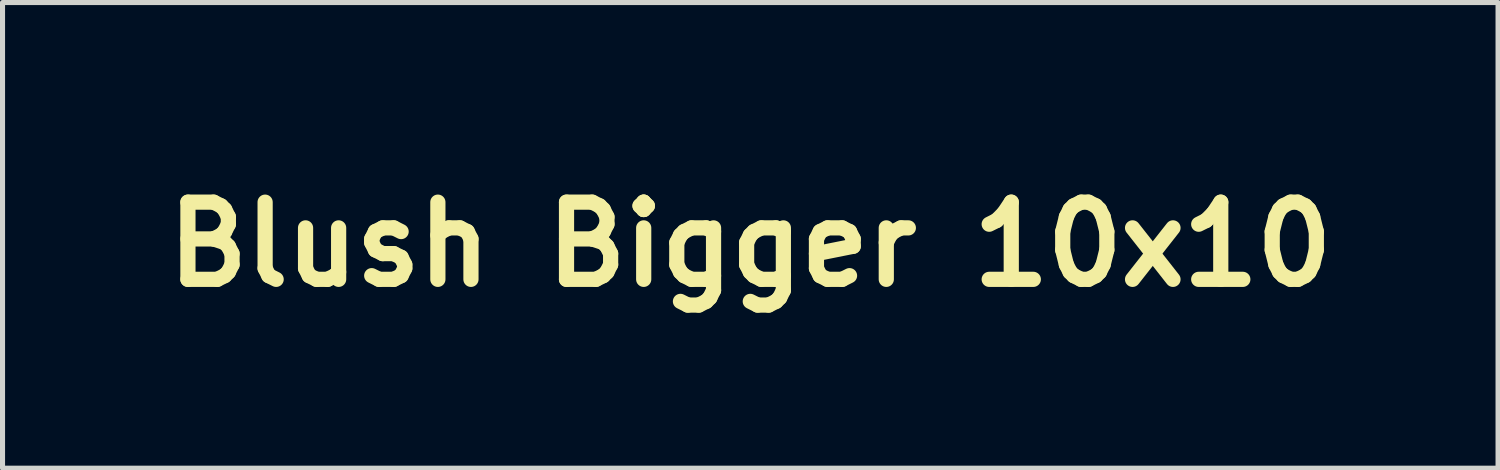
<source format=kicad_pcb>
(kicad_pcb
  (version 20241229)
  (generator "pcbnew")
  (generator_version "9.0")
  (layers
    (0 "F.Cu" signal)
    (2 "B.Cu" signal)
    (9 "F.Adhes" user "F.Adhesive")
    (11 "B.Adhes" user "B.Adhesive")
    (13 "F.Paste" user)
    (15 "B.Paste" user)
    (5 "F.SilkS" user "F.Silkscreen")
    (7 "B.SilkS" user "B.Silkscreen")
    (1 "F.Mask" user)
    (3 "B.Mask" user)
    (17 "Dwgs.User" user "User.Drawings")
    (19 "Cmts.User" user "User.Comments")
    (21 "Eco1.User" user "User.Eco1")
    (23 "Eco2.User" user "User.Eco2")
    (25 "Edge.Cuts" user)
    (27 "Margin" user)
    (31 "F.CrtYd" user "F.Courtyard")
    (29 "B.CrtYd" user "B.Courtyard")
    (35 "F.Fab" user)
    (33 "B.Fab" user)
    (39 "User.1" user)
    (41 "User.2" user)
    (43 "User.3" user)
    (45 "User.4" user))
  (footprint "Blush Bigger 10x10"
    (layer "F.Cu")
    (at 11.764 1.776)
    (property "Reference" "Blush Bigger 10x10" (at 0 0 0) (layer "F.SilkS") (effects (font (size 1.524 1.524) (thickness 0.3))))
    (attr board_only exclude_from_pos_files exclude_from_bom)
    (fp_poly (pts (xy 3.192 -0.598) (xy 3.218 -0.592) (xy 3.243 -0.58) (xy 3.265 -0.564) (xy 3.284 -0.544) (xy 3.298 -0.52) (xy 3.308 -0.492) (xy 3.31 -0.482) (xy 3.312 -0.454) (xy 3.307 -0.426) (xy 3.297 -0.399) (xy 3.282 -0.375) (xy 3.271 -0.363) (xy 3.267 -0.36) (xy 3.259 -0.353) (xy 3.245 -0.342) (xy 3.228 -0.328) (xy 3.206 -0.31) (xy 3.181 -0.29) (xy 3.153 -0.267) (xy 3.121 -0.242) (xy 3.087 -0.214) (xy 3.05 -0.185) (xy 3.011 -0.153) (xy 2.97 -0.12) (xy 2.927 -0.086) (xy 2.884 -0.051) (xy 2.839 -0.016) (xy 2.794 0.021) (xy 2.748 0.057) (xy 2.702 0.094) (xy 2.657 0.13) (xy 2.612 0.166) (xy 2.568 0.201) (xy 2.525 0.235) (xy 2.484 0.268) (xy 2.445 0.3) (xy 2.407 0.329) (xy 2.372 0.357) (xy 2.34 0.383) (xy 2.311 0.406) (xy 2.285 0.427) (xy 2.263 0.445) (xy 2.244 0.459) (xy 2.23 0.47) (xy 2.221 0.478) (xy 2.217 0.481) (xy 2.197 0.492) (xy 2.174 0.5) (xy 2.149 0.505) (xy 2.124 0.506) (xy 2.108 0.503) (xy 2.085 0.496) (xy 2.062 0.483) (xy 2.041 0.467) (xy 2.04 0.466) (xy 2.022 0.443) (xy 2.009 0.418) (xy 2.001 0.391) (xy 1.999 0.363) (xy 2.003 0.336) (xy 2.012 0.309) (xy 2.026 0.285) (xy 2.034 0.275) (xy 2.039 0.271) (xy 2.048 0.263) (xy 2.062 0.252) (xy 2.08 0.237) (xy 2.102 0.219) (xy 2.128 0.198) (xy 2.157 0.175) (xy 2.189 0.149) (xy 2.224 0.12) (xy 2.262 0.09) (xy 2.301 0.058) (xy 2.343 0.025) (xy 2.386 -0.009) (xy 2.43 -0.045) (xy 2.475 -0.081) (xy 2.521 -0.118) (xy 2.568 -0.155) (xy 2.614 -0.191) (xy 2.66 -0.228) (xy 2.705 -0.264) (xy 2.75 -0.3) (xy 2.793 -0.334) (xy 2.835 -0.367) (xy 2.875 -0.399) (xy 2.913 -0.429) (xy 2.948 -0.457) (xy 2.981 -0.483) (xy 3.011 -0.507) (xy 3.038 -0.527) (xy 3.06 -0.545) (xy 3.079 -0.56) (xy 3.094 -0.571) (xy 3.104 -0.579) (xy 3.11 -0.583) (xy 3.11 -0.583) (xy 3.137 -0.594) (xy 3.165 -0.599)) (stroke (width 0) (type solid)) (fill yes) (layer "F.Mask"))
    (fp_poly (pts (xy -1.411 -1.618) (xy -1.383 -1.612) (xy -1.358 -1.599) (xy -1.335 -1.58) (xy -1.332 -1.577) (xy -1.314 -1.553) (xy -1.301 -1.526) (xy -1.295 -1.498) (xy -1.295 -1.469) (xy -1.3 -1.441) (xy -1.303 -1.434) (xy -1.305 -1.43) (xy -1.31 -1.42) (xy -1.319 -1.405) (xy -1.331 -1.385) (xy -1.345 -1.36) (xy -1.362 -1.331) (xy -1.381 -1.297) (xy -1.403 -1.259) (xy -1.427 -1.218) (xy -1.453 -1.173) (xy -1.481 -1.125) (xy -1.511 -1.074) (xy -1.543 -1.02) (xy -1.576 -0.964) (xy -1.61 -0.906) (xy -1.645 -0.845) (xy -1.682 -0.783) (xy -1.719 -0.719) (xy -1.734 -0.695) (xy -1.782 -0.613) (xy -1.827 -0.537) (xy -1.868 -0.466) (xy -1.907 -0.4) (xy -1.943 -0.34) (xy -1.975 -0.285) (xy -2.005 -0.234) (xy -2.032 -0.188) (xy -2.057 -0.147) (xy -2.079 -0.11) (xy -2.098 -0.078) (xy -2.115 -0.05) (xy -2.13 -0.025) (xy -2.143 -0.005) (xy -2.153 0.012) (xy -2.161 0.026) (xy -2.168 0.036) (xy -2.173 0.043) (xy -2.176 0.046) (xy -2.176 0.046) (xy -2.198 0.067) (xy -2.224 0.081) (xy -2.252 0.089) (xy -2.282 0.091) (xy -2.3 0.09) (xy -2.326 0.082) (xy -2.351 0.069) (xy -2.374 0.05) (xy -2.392 0.028) (xy -2.402 0.011) (xy -2.409 -0.008) (xy -2.413 -0.031) (xy -2.413 -0.054) (xy -2.411 -0.077) (xy -2.409 -0.087) (xy -2.406 -0.092) (xy -2.401 -0.102) (xy -2.391 -0.119) (xy -2.379 -0.141) (xy -2.363 -0.168) (xy -2.344 -0.201) (xy -2.322 -0.24) (xy -2.297 -0.284) (xy -2.268 -0.333) (xy -2.236 -0.388) (xy -2.201 -0.448) (xy -2.163 -0.513) (xy -2.122 -0.583) (xy -2.077 -0.659) (xy -2.03 -0.739) (xy -1.98 -0.825) (xy -1.974 -0.834) (xy -1.927 -0.915) (xy -1.883 -0.99) (xy -1.842 -1.06) (xy -1.804 -1.124) (xy -1.769 -1.183) (xy -1.736 -1.238) (xy -1.707 -1.287) (xy -1.68 -1.332) (xy -1.656 -1.373) (xy -1.634 -1.41) (xy -1.615 -1.442) (xy -1.598 -1.471) (xy -1.583 -1.495) (xy -1.57 -1.517) (xy -1.559 -1.535) (xy -1.55 -1.549) (xy -1.542 -1.561) (xy -1.536 -1.57) (xy -1.532 -1.576) (xy -1.529 -1.58) (xy -1.529 -1.58) (xy -1.506 -1.599) (xy -1.48 -1.611) (xy -1.452 -1.618) (xy -1.442 -1.619)) (stroke (width 0) (type solid)) (fill yes) (layer "F.Mask"))
    (fp_poly (pts (xy -0.11 -1.717) (xy -0.092 -1.715) (xy -0.076 -1.709) (xy -0.06 -1.701) (xy -0.053 -1.696) (xy -0.029 -1.676) (xy -0.011 -1.654) (xy 0.001 -1.629) (xy 0.007 -1.6) (xy 0.008 -1.582) (xy 0.006 -1.554) (xy -0.000174 -1.531) (xy -0.011 -1.509) (xy -0.02 -1.497) (xy -0.023 -1.494) (xy -0.032 -1.486) (xy -0.045 -1.475) (xy -0.062 -1.459) (xy -0.084 -1.44) (xy -0.11 -1.418) (xy -0.139 -1.392) (xy -0.172 -1.363) (xy -0.208 -1.332) (xy -0.248 -1.297) (xy -0.29 -1.261) (xy -0.335 -1.222) (xy -0.383 -1.181) (xy -0.432 -1.138) (xy -0.484 -1.093) (xy -0.538 -1.047) (xy -0.593 -0.999) (xy -0.65 -0.95) (xy -0.691 -0.915) (xy -0.762 -0.854) (xy -0.828 -0.797) (xy -0.889 -0.744) (xy -0.946 -0.696) (xy -0.998 -0.651) (xy -1.047 -0.609) (xy -1.091 -0.572) (xy -1.131 -0.537) (xy -1.167 -0.506) (xy -1.2 -0.478) (xy -1.23 -0.453) (xy -1.256 -0.431) (xy -1.279 -0.412) (xy -1.299 -0.395) (xy -1.316 -0.38) (xy -1.331 -0.368) (xy -1.343 -0.358) (xy -1.353 -0.351) (xy -1.361 -0.344) (xy -1.367 -0.34) (xy -1.371 -0.338) (xy -1.372 -0.337) (xy -1.384 -0.331) (xy -1.393 -0.328) (xy -1.404 -0.326) (xy -1.418 -0.325) (xy -1.426 -0.324) (xy -1.444 -0.324) (xy -1.457 -0.325) (xy -1.469 -0.327) (xy -1.476 -0.329) (xy -1.503 -0.342) (xy -1.525 -0.36) (xy -1.544 -0.381) (xy -1.558 -0.404) (xy -1.566 -0.43) (xy -1.57 -0.457) (xy -1.568 -0.485) (xy -1.56 -0.512) (xy -1.548 -0.535) (xy -1.539 -0.547) (xy -1.528 -0.56) (xy -1.523 -0.565) (xy -1.518 -0.57) (xy -1.509 -0.578) (xy -1.495 -0.59) (xy -1.477 -0.606) (xy -1.454 -0.625) (xy -1.429 -0.647) (xy -1.399 -0.672) (xy -1.367 -0.7) (xy -1.332 -0.731) (xy -1.294 -0.764) (xy -1.253 -0.798) (xy -1.211 -0.835) (xy -1.167 -0.873) (xy -1.121 -0.913) (xy -1.073 -0.953) (xy -1.025 -0.995) (xy -0.975 -1.037) (xy -0.926 -1.08) (xy -0.875 -1.123) (xy -0.825 -1.166) (xy -0.775 -1.209) (xy -0.726 -1.252) (xy -0.677 -1.294) (xy -0.629 -1.335) (xy -0.582 -1.375) (xy -0.537 -1.413) (xy -0.494 -1.451) (xy -0.452 -1.486) (xy -0.413 -1.52) (xy -0.377 -1.551) (xy -0.343 -1.58) (xy -0.312 -1.606) (xy -0.285 -1.629) (xy -0.261 -1.65) (xy -0.241 -1.667) (xy -0.225 -1.68) (xy -0.213 -1.69) (xy -0.206 -1.696) (xy -0.204 -1.697) (xy -0.187 -1.707) (xy -0.17 -1.714) (xy -0.151 -1.717) (xy -0.132 -1.718)) (stroke (width 0) (type solid)) (fill yes) (layer "F.Mask"))
    (fp_poly (pts (xy 2.92 -1.158) (xy 2.947 -1.15) (xy 2.971 -1.138) (xy 2.992 -1.122) (xy 3.01 -1.101) (xy 3.024 -1.076) (xy 3.033 -1.048) (xy 3.034 -1.042) (xy 3.036 -1.015) (xy 3.031 -0.987) (xy 3.021 -0.961) (xy 3.007 -0.937) (xy 2.994 -0.923) (xy 2.991 -0.919) (xy 2.982 -0.912) (xy 2.969 -0.901) (xy 2.951 -0.885) (xy 2.929 -0.866) (xy 2.902 -0.844) (xy 2.872 -0.818) (xy 2.838 -0.789) (xy 2.8 -0.757) (xy 2.759 -0.722) (xy 2.715 -0.684) (xy 2.667 -0.644) (xy 2.617 -0.601) (xy 2.564 -0.556) (xy 2.509 -0.509) (xy 2.451 -0.46) (xy 2.392 -0.41) (xy 2.33 -0.357) (xy 2.267 -0.304) (xy 2.202 -0.249) (xy 2.136 -0.192) (xy 2.092 -0.155) (xy 2.009 -0.085) (xy 1.93 -0.018) (xy 1.857 0.044) (xy 1.788 0.102) (xy 1.724 0.157) (xy 1.664 0.207) (xy 1.609 0.254) (xy 1.557 0.298) (xy 1.51 0.338) (xy 1.466 0.375) (xy 1.426 0.408) (xy 1.39 0.439) (xy 1.357 0.466) (xy 1.328 0.491) (xy 1.301 0.513) (xy 1.278 0.532) (xy 1.258 0.549) (xy 1.24 0.564) (xy 1.225 0.576) (xy 1.213 0.586) (xy 1.202 0.594) (xy 1.195 0.6) (xy 1.189 0.604) (xy 1.185 0.607) (xy 1.184 0.608) (xy 1.172 0.613) (xy 1.163 0.616) (xy 1.152 0.618) (xy 1.138 0.619) (xy 1.13 0.619) (xy 1.112 0.619) (xy 1.098 0.618) (xy 1.087 0.615) (xy 1.081 0.614) (xy 1.053 0.6) (xy 1.03 0.582) (xy 1.011 0.559) (xy 0.997 0.532) (xy 0.989 0.504) (xy 0.988 0.475) (xy 0.992 0.447) (xy 1.002 0.42) (xy 1.017 0.396) (xy 1.022 0.391) (xy 1.026 0.388) (xy 1.034 0.38) (xy 1.047 0.369) (xy 1.065 0.354) (xy 1.087 0.335) (xy 1.113 0.312) (xy 1.143 0.287) (xy 1.177 0.258) (xy 1.214 0.226) (xy 1.255 0.191) (xy 1.299 0.153) (xy 1.347 0.113) (xy 1.397 0.07) (xy 1.449 0.026) (xy 1.505 -0.021) (xy 1.562 -0.07) (xy 1.622 -0.121) (xy 1.683 -0.173) (xy 1.747 -0.227) (xy 1.811 -0.282) (xy 1.878 -0.338) (xy 1.925 -0.378) (xy 2.007 -0.448) (xy 2.084 -0.514) (xy 2.157 -0.575) (xy 2.225 -0.633) (xy 2.288 -0.686) (xy 2.347 -0.736) (xy 2.402 -0.783) (xy 2.453 -0.825) (xy 2.499 -0.865) (xy 2.542 -0.901) (xy 2.582 -0.935) (xy 2.618 -0.965) (xy 2.65 -0.992) (xy 2.68 -1.017) (xy 2.706 -1.039) (xy 2.73 -1.059) (xy 2.751 -1.076) (xy 2.769 -1.091) (xy 2.785 -1.104) (xy 2.798 -1.115) (xy 2.809 -1.124) (xy 2.819 -1.131) (xy 2.826 -1.137) (xy 2.832 -1.141) (xy 2.836 -1.144) (xy 2.838 -1.145) (xy 2.866 -1.155) (xy 2.893 -1.159)) (stroke (width 0) (type solid)) (fill yes) (layer "F.Mask"))
    (fp_poly (pts (xy 1.845 -1.598) (xy 1.872 -1.588) (xy 1.879 -1.584) (xy 1.894 -1.573) (xy 1.91 -1.558) (xy 1.924 -1.541) (xy 1.934 -1.524) (xy 1.937 -1.518) (xy 1.941 -1.506) (xy 1.943 -1.495) (xy 1.945 -1.481) (xy 1.945 -1.465) (xy 1.945 -1.449) (xy 1.944 -1.438) (xy 1.942 -1.429) (xy 1.939 -1.42) (xy 1.934 -1.409) (xy 1.933 -1.406) (xy 1.922 -1.388) (xy 1.91 -1.372) (xy 1.904 -1.366) (xy 1.9 -1.363) (xy 1.891 -1.356) (xy 1.877 -1.346) (xy 1.858 -1.332) (xy 1.834 -1.315) (xy 1.806 -1.295) (xy 1.774 -1.273) (xy 1.738 -1.247) (xy 1.698 -1.219) (xy 1.655 -1.188) (xy 1.608 -1.155) (xy 1.559 -1.121) (xy 1.506 -1.084) (xy 1.451 -1.045) (xy 1.394 -1.005) (xy 1.335 -0.963) (xy 1.273 -0.92) (xy 1.21 -0.875) (xy 1.146 -0.83) (xy 1.08 -0.784) (xy 1.013 -0.737) (xy 0.946 -0.689) (xy 0.878 -0.642) (xy 0.809 -0.593) (xy 0.741 -0.545) (xy 0.672 -0.497) (xy 0.604 -0.449) (xy 0.536 -0.402) (xy 0.469 -0.355) (xy 0.403 -0.308) (xy 0.338 -0.263) (xy 0.275 -0.218) (xy 0.213 -0.175) (xy 0.153 -0.133) (xy 0.095 -0.093) (xy 0.039 -0.054) (xy -0.014 -0.017) (xy -0.064 0.018) (xy -0.112 0.051) (xy -0.156 0.082) (xy -0.197 0.111) (xy -0.234 0.137) (xy -0.267 0.16) (xy -0.296 0.18) (xy -0.321 0.197) (xy -0.342 0.211) (xy -0.357 0.222) (xy -0.368 0.229) (xy -0.374 0.233) (xy -0.374 0.233) (xy -0.387 0.239) (xy -0.398 0.243) (xy -0.409 0.245) (xy -0.425 0.246) (xy -0.426 0.246) (xy -0.445 0.246) (xy -0.46 0.244) (xy -0.474 0.24) (xy -0.475 0.24) (xy -0.503 0.228) (xy -0.526 0.21) (xy -0.545 0.189) (xy -0.559 0.163) (xy -0.567 0.135) (xy -0.569 0.117) (xy -0.568 0.087) (xy -0.562 0.06) (xy -0.55 0.036) (xy -0.532 0.013) (xy -0.529 0.011) (xy -0.526 0.008) (xy -0.517 0.002) (xy -0.504 -0.008) (xy -0.485 -0.021) (xy -0.462 -0.037) (xy -0.435 -0.057) (xy -0.404 -0.079) (xy -0.368 -0.104) (xy -0.329 -0.132) (xy -0.286 -0.162) (xy -0.241 -0.194) (xy -0.192 -0.229) (xy -0.14 -0.265) (xy -0.086 -0.303) (xy -0.029 -0.343) (xy 0.03 -0.385) (xy 0.09 -0.427) (xy 0.153 -0.471) (xy 0.217 -0.516) (xy 0.282 -0.562) (xy 0.348 -0.609) (xy 0.415 -0.656) (xy 0.483 -0.704) (xy 0.551 -0.752) (xy 0.619 -0.8) (xy 0.687 -0.848) (xy 0.755 -0.895) (xy 0.823 -0.943) (xy 0.889 -0.99) (xy 0.955 -1.036) (xy 1.02 -1.081) (xy 1.083 -1.126) (xy 1.144 -1.169) (xy 1.204 -1.211) (xy 1.262 -1.252) (xy 1.317 -1.291) (xy 1.371 -1.328) (xy 1.421 -1.363) (xy 1.468 -1.397) (xy 1.513 -1.428) (xy 1.553 -1.456) (xy 1.591 -1.482) (xy 1.624 -1.506) (xy 1.654 -1.527) (xy 1.679 -1.544) (xy 1.7 -1.559) (xy 1.716 -1.57) (xy 1.727 -1.578) (xy 1.734 -1.582) (xy 1.734 -1.582) (xy 1.76 -1.595) (xy 1.788 -1.601) (xy 1.817 -1.603)) (stroke (width 0) (type solid)) (fill yes) (layer "F.Mask"))
    (fp_poly (pts (xy 2.16 -1.389) (xy 2.188 -1.381) (xy 2.213 -1.368) (xy 2.236 -1.349) (xy 2.236 -1.348) (xy 2.255 -1.324) (xy 2.268 -1.297) (xy 2.274 -1.269) (xy 2.274 -1.24) (xy 2.268 -1.211) (xy 2.26 -1.19) (xy 2.259 -1.188) (xy 2.257 -1.185) (xy 2.255 -1.182) (xy 2.252 -1.178) (xy 2.248 -1.174) (xy 2.243 -1.168) (xy 2.237 -1.161) (xy 2.229 -1.153) (xy 2.22 -1.144) (xy 2.21 -1.133) (xy 2.198 -1.12) (xy 2.184 -1.106) (xy 2.167 -1.089) (xy 2.149 -1.07) (xy 2.128 -1.049) (xy 2.105 -1.026) (xy 2.079 -0.999) (xy 2.05 -0.971) (xy 2.019 -0.939) (xy 1.984 -0.904) (xy 1.947 -0.866) (xy 1.906 -0.825) (xy 1.861 -0.78) (xy 1.813 -0.732) (xy 1.761 -0.68) (xy 1.705 -0.624) (xy 1.645 -0.564) (xy 1.581 -0.5) (xy 1.513 -0.432) (xy 1.44 -0.359) (xy 1.39 -0.31) (xy 1.315 -0.234) (xy 1.244 -0.163) (xy 1.177 -0.096) (xy 1.114 -0.033) (xy 1.056 0.025) (xy 1.002 0.079) (xy 0.951 0.13) (xy 0.904 0.176) (xy 0.861 0.22) (xy 0.821 0.259) (xy 0.784 0.296) (xy 0.751 0.329) (xy 0.72 0.36) (xy 0.693 0.387) (xy 0.667 0.412) (xy 0.645 0.434) (xy 0.625 0.454) (xy 0.607 0.472) (xy 0.591 0.487) (xy 0.577 0.501) (xy 0.565 0.512) (xy 0.554 0.522) (xy 0.545 0.531) (xy 0.538 0.538) (xy 0.531 0.544) (xy 0.526 0.548) (xy 0.521 0.552) (xy 0.518 0.555) (xy 0.514 0.557) (xy 0.512 0.559) (xy 0.51 0.56) (xy 0.509 0.56) (xy 0.496 0.566) (xy 0.485 0.569) (xy 0.474 0.571) (xy 0.458 0.572) (xy 0.455 0.572) (xy 0.437 0.573) (xy 0.423 0.571) (xy 0.411 0.568) (xy 0.408 0.568) (xy 0.38 0.554) (xy 0.357 0.537) (xy 0.337 0.516) (xy 0.323 0.492) (xy 0.314 0.466) (xy 0.311 0.438) (xy 0.313 0.414) (xy 0.314 0.41) (xy 0.314 0.407) (xy 0.314 0.404) (xy 0.315 0.401) (xy 0.315 0.397) (xy 0.316 0.394) (xy 0.317 0.391) (xy 0.319 0.386) (xy 0.322 0.382) (xy 0.326 0.376) (xy 0.331 0.37) (xy 0.336 0.363) (xy 0.344 0.354) (xy 0.352 0.344) (xy 0.363 0.333) (xy 0.375 0.32) (xy 0.389 0.305) (xy 0.404 0.288) (xy 0.423 0.269) (xy 0.443 0.248) (xy 0.466 0.225) (xy 0.491 0.199) (xy 0.52 0.17) (xy 0.551 0.139) (xy 0.585 0.105) (xy 0.622 0.067) (xy 0.663 0.026) (xy 0.707 -0.018) (xy 0.755 -0.066) (xy 0.806 -0.117) (xy 0.861 -0.172) (xy 0.92 -0.232) (xy 0.984 -0.295) (xy 1.051 -0.363) (xy 1.124 -0.435) (xy 1.194 -0.506) (xy 1.271 -0.582) (xy 1.343 -0.654) (xy 1.41 -0.721) (xy 1.473 -0.784) (xy 1.532 -0.843) (xy 1.587 -0.898) (xy 1.638 -0.949) (xy 1.685 -0.996) (xy 1.729 -1.04) (xy 1.769 -1.08) (xy 1.806 -1.117) (xy 1.84 -1.151) (xy 1.871 -1.182) (xy 1.899 -1.209) (xy 1.925 -1.234) (xy 1.947 -1.257) (xy 1.968 -1.277) (xy 1.986 -1.295) (xy 2.002 -1.31) (xy 2.016 -1.324) (xy 2.028 -1.335) (xy 2.038 -1.345) (xy 2.047 -1.353) (xy 2.054 -1.36) (xy 2.06 -1.365) (xy 2.065 -1.369) (xy 2.069 -1.372) (xy 2.072 -1.375) (xy 2.074 -1.376) (xy 2.075 -1.376) (xy 2.103 -1.387) (xy 2.132 -1.391)) (stroke (width 0) (type solid)) (fill yes) (layer "F.Mask"))
    (fp_poly (pts (xy 0.791 -1.775) (xy 0.8 -1.774) (xy 0.829 -1.765) (xy 0.854 -1.752) (xy 0.876 -1.734) (xy 0.893 -1.713) (xy 0.906 -1.689) (xy 0.913 -1.663) (xy 0.916 -1.635) (xy 0.912 -1.607) (xy 0.903 -1.58) (xy 0.899 -1.572) (xy 0.898 -1.57) (xy 0.898 -1.569) (xy 0.897 -1.567) (xy 0.896 -1.566) (xy 0.895 -1.564) (xy 0.894 -1.562) (xy 0.892 -1.56) (xy 0.89 -1.557) (xy 0.886 -1.554) (xy 0.882 -1.549) (xy 0.877 -1.544) (xy 0.871 -1.537) (xy 0.863 -1.53) (xy 0.854 -1.52) (xy 0.844 -1.51) (xy 0.831 -1.498) (xy 0.817 -1.484) (xy 0.801 -1.468) (xy 0.782 -1.45) (xy 0.762 -1.43) (xy 0.739 -1.407) (xy 0.713 -1.383) (xy 0.685 -1.355) (xy 0.654 -1.325) (xy 0.62 -1.293) (xy 0.583 -1.257) (xy 0.542 -1.218) (xy 0.499 -1.176) (xy 0.452 -1.13) (xy 0.401 -1.081) (xy 0.346 -1.029) (xy 0.288 -0.973) (xy 0.225 -0.913) (xy 0.159 -0.848) (xy 0.088 -0.78) (xy 0.012 -0.707) (xy -0.068 -0.63) (xy -0.118 -0.582) (xy -0.194 -0.509) (xy -0.264 -0.441) (xy -0.33 -0.378) (xy -0.392 -0.318) (xy -0.45 -0.263) (xy -0.504 -0.211) (xy -0.553 -0.163) (xy -0.599 -0.119) (xy -0.642 -0.079) (xy -0.681 -0.041) (xy -0.716 -0.007) (xy -0.749 0.024) (xy -0.779 0.053) (xy -0.805 0.078) (xy -0.829 0.101) (xy -0.851 0.122) (xy -0.87 0.14) (xy -0.887 0.156) (xy -0.902 0.17) (xy -0.915 0.182) (xy -0.927 0.192) (xy -0.937 0.201) (xy -0.945 0.209) (xy -0.952 0.215) (xy -0.958 0.22) (xy -0.963 0.223) (xy -0.967 0.227) (xy -0.97 0.229) (xy -0.973 0.231) (xy -0.975 0.232) (xy -0.976 0.232) (xy -0.989 0.239) (xy -1 0.242) (xy -1.012 0.244) (xy -1.026 0.245) (xy -1.029 0.245) (xy -1.044 0.246) (xy -1.058 0.245) (xy -1.067 0.244) (xy -1.069 0.244) (xy -1.096 0.234) (xy -1.12 0.218) (xy -1.141 0.197) (xy -1.158 0.173) (xy -1.16 0.168) (xy -1.165 0.158) (xy -1.169 0.149) (xy -1.17 0.141) (xy -1.171 0.13) (xy -1.172 0.116) (xy -1.172 0.108) (xy -1.171 0.091) (xy -1.171 0.079) (xy -1.169 0.07) (xy -1.167 0.062) (xy -1.163 0.053) (xy -1.156 0.041) (xy -1.149 0.029) (xy -1.144 0.023) (xy -1.141 0.02) (xy -1.134 0.012) (xy -1.121 0.000041) (xy -1.105 -0.016) (xy -1.084 -0.036) (xy -1.06 -0.06) (xy -1.031 -0.087) (xy -0.999 -0.118) (xy -0.964 -0.153) (xy -0.925 -0.19) (xy -0.883 -0.231) (xy -0.838 -0.274) (xy -0.79 -0.32) (xy -0.74 -0.369) (xy -0.687 -0.42) (xy -0.632 -0.473) (xy -0.575 -0.528) (xy -0.516 -0.585) (xy -0.455 -0.644) (xy -0.392 -0.704) (xy -0.328 -0.766) (xy -0.263 -0.829) (xy -0.22 -0.87) (xy -0.14 -0.946) (xy -0.065 -1.019) (xy 0.005 -1.086) (xy 0.071 -1.15) (xy 0.133 -1.21) (xy 0.191 -1.265) (xy 0.245 -1.317) (xy 0.295 -1.365) (xy 0.341 -1.41) (xy 0.384 -1.451) (xy 0.424 -1.489) (xy 0.46 -1.524) (xy 0.493 -1.555) (xy 0.524 -1.584) (xy 0.551 -1.611) (xy 0.576 -1.634) (xy 0.599 -1.655) (xy 0.619 -1.674) (xy 0.637 -1.691) (xy 0.653 -1.706) (xy 0.668 -1.718) (xy 0.68 -1.729) (xy 0.691 -1.739) (xy 0.7 -1.747) (xy 0.709 -1.753) (xy 0.716 -1.758) (xy 0.722 -1.763) (xy 0.727 -1.766) (xy 0.731 -1.768) (xy 0.735 -1.77) (xy 0.738 -1.771) (xy 0.742 -1.772) (xy 0.745 -1.772) (xy 0.748 -1.773) (xy 0.751 -1.773) (xy 0.755 -1.774) (xy 0.756 -1.774) (xy 0.774 -1.776)) (stroke (width 0) (type solid)) (fill yes) (layer "F.Mask")))
  (gr_rect
    (start -3 -3)
    (end 26.528 6.194)
    (stroke (width 0.1) (type default))
    (fill no)
    (layer "Edge.Cuts")))
</source>
